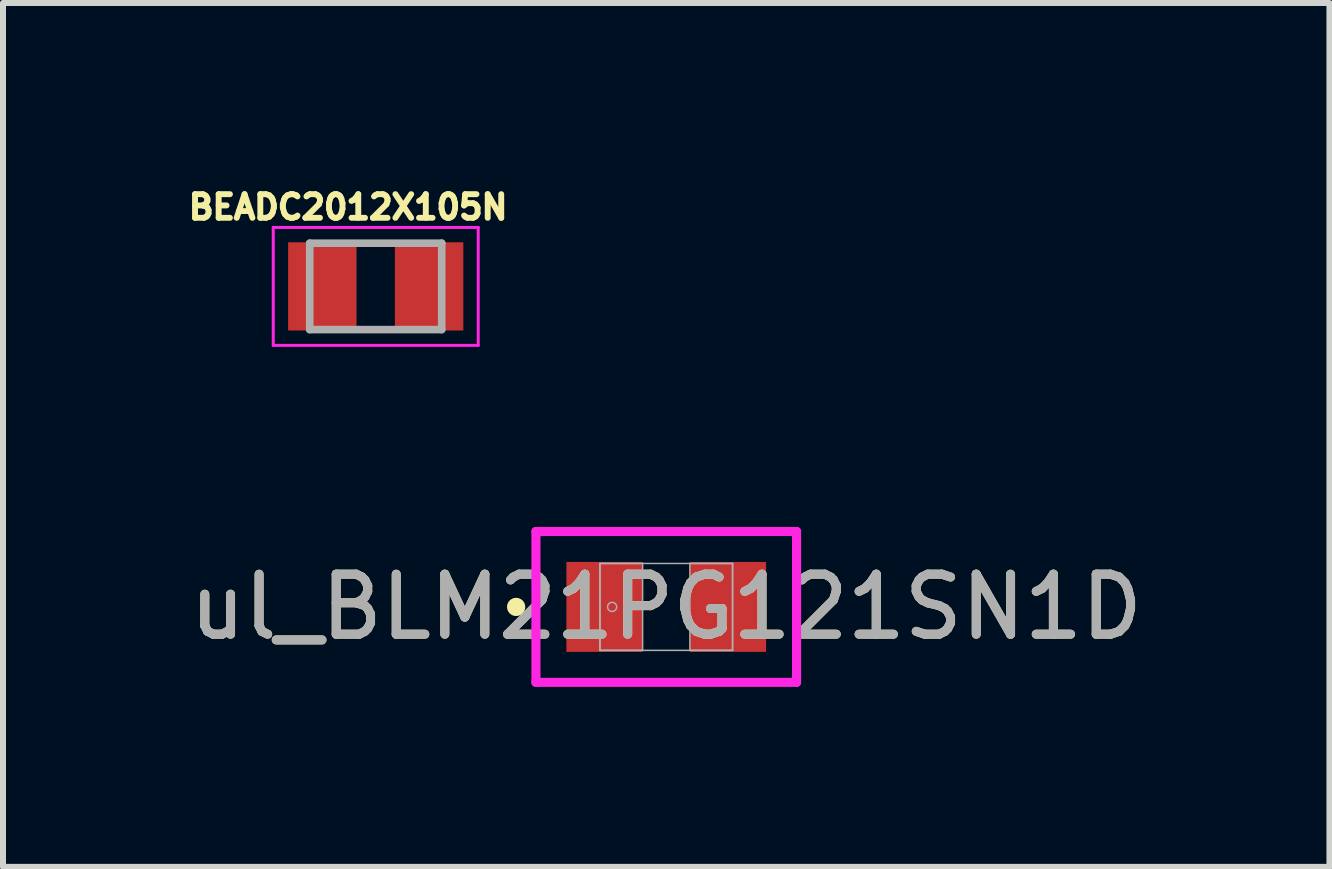
<source format=kicad_pcb>
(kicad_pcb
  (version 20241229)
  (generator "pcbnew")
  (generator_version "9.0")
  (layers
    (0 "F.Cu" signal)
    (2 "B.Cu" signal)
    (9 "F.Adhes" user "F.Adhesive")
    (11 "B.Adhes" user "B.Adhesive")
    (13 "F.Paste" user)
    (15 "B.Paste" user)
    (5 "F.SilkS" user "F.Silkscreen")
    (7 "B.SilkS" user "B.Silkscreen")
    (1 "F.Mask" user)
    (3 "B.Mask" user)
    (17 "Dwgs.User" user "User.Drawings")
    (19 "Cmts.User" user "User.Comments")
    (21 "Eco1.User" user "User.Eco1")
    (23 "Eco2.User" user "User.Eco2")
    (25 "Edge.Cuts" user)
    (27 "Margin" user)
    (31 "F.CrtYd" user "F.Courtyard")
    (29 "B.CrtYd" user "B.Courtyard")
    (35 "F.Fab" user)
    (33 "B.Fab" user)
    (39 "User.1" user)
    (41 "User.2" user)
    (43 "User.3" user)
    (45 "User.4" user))
  (footprint "ul_BLM21PG121SN1D"
    (layer "F.Cu")
    (at 8.054 7.065)
    (property "Reference" "ul_BLM21PG121SN1D" (at 0 0 0) (unlocked yes) (layer "F.SilkS") (effects (font (size 1 1) (thickness 0.15))))
    (attr smd)
    (fp_circle (center -2.502 0) (end -2.426 0) (stroke (width 0.152) (type solid)) (fill no) (layer "F.SilkS"))
    (fp_line (start -2.172 -1.257) (end 2.172 -1.257) (stroke (width 0.152) (type solid)) (layer "F.CrtYd"))
    (fp_line (start -2.172 1.257) (end -2.172 -1.257) (stroke (width 0.152) (type solid)) (layer "F.CrtYd"))
    (fp_line (start 2.172 -1.257) (end 2.172 1.257) (stroke (width 0.152) (type solid)) (layer "F.CrtYd"))
    (fp_line (start 2.172 1.257) (end -2.172 1.257) (stroke (width 0.152) (type solid)) (layer "F.CrtYd"))
    (fp_line (start -1.105 -0.724) (end -1.105 0.724) (stroke (width 0.025) (type solid)) (layer "F.Fab"))
    (fp_line (start -1.105 -0.724) (end -1.105 0.724) (stroke (width 0.025) (type solid)) (layer "F.Fab"))
    (fp_line (start -1.105 0.724) (end -0.394 0.724) (stroke (width 0.025) (type solid)) (layer "F.Fab"))
    (fp_line (start -1.105 0.724) (end 1.105 0.724) (stroke (width 0.025) (type solid)) (layer "F.Fab"))
    (fp_line (start -0.394 -0.724) (end -1.105 -0.724) (stroke (width 0.025) (type solid)) (layer "F.Fab"))
    (fp_line (start -0.394 0.724) (end -0.394 -0.724) (stroke (width 0.025) (type solid)) (layer "F.Fab"))
    (fp_line (start 0.394 -0.724) (end 0.394 0.724) (stroke (width 0.025) (type solid)) (layer "F.Fab"))
    (fp_line (start 0.394 0.724) (end 1.105 0.724) (stroke (width 0.025) (type solid)) (layer "F.Fab"))
    (fp_line (start 1.105 -0.724) (end -1.105 -0.724) (stroke (width 0.025) (type solid)) (layer "F.Fab"))
    (fp_line (start 1.105 -0.724) (end 0.394 -0.724) (stroke (width 0.025) (type solid)) (layer "F.Fab"))
    (fp_line (start 1.105 0.724) (end 1.105 -0.724) (stroke (width 0.025) (type solid)) (layer "F.Fab"))
    (fp_line (start 1.105 0.724) (end 1.105 -0.724) (stroke (width 0.025) (type solid)) (layer "F.Fab"))
    (fp_circle (center -0.902 0) (end -0.826 0) (stroke (width 0.025) (type solid)) (fill no) (layer "F.Fab"))
    (fp_text user "${REFERENCE}" (at 0 0 0) (unlocked yes) (layer "F.Fab") (effects (font (size 1 1) (thickness 0.15))))
    (pad "1" smd rect (at -1.029 0) (size 1.27 1.499) (layers "F.Cu" "F.Mask" "F.Paste"))
    (pad "2" smd rect (at 1.029 0) (size 1.27 1.499) (layers "F.Cu" "F.Mask" "F.Paste"))
    (zone (net_name "") (layer "F.Cu") (hatch full 0.508) (connect_pads) (min_thickness 0.254) (filled_areas_thickness no) (keepout (tracks not_allowed) (vias not_allowed) (pads allowed) (copperpour not_allowed) (footprints allowed)) (placement (enabled no)) (fill) (polygon (pts (xy 7.711 6.391) (xy 8.396 6.391) (xy 8.396 7.738) (xy 7.711 7.738)))))
  (footprint "BEADC2012X105N"
    (layer "F.Cu")
    (at 3.212 1.723)
    (property "Reference" "BEADC2012X105N" (at -0.46 -1.32 0) (layer "F.SilkS") (effects (font (size 0.394 0.394) (thickness 0.15))))
    (attr smd)
    (fp_line (start -1.708 -0.983) (end 1.708 -0.983) (stroke (width 0.05) (type solid)) (layer "F.CrtYd"))
    (fp_line (start -1.708 0.983) (end -1.708 -0.983) (stroke (width 0.05) (type solid)) (layer "F.CrtYd"))
    (fp_line (start -1.708 0.983) (end 1.708 0.983) (stroke (width 0.05) (type solid)) (layer "F.CrtYd"))
    (fp_line (start 1.708 0.983) (end 1.708 -0.983) (stroke (width 0.05) (type solid)) (layer "F.CrtYd"))
    (fp_line (start -1.1 0.72) (end -1.1 -0.72) (stroke (width 0.127) (type solid)) (layer "F.Fab"))
    (fp_line (start 1.1 -0.72) (end -1.1 -0.72) (stroke (width 0.127) (type solid)) (layer "F.Fab"))
    (fp_line (start 1.1 0.72) (end -1.1 0.72) (stroke (width 0.127) (type solid)) (layer "F.Fab"))
    (fp_line (start 1.1 0.72) (end 1.1 -0.72) (stroke (width 0.127) (type solid)) (layer "F.Fab"))
    (pad "1" smd rect (at -0.89 0) (size 1.14 1.47) (layers "F.Cu" "F.Mask" "F.Paste"))
    (pad "2" smd rect (at 0.89 0) (size 1.14 1.47) (layers "F.Cu" "F.Mask" "F.Paste")))
  (gr_rect
    (start -3 -3)
    (end 19.107 11.398)
    (stroke (width 0.1) (type default))
    (fill no)
    (layer "Edge.Cuts")))
</source>
